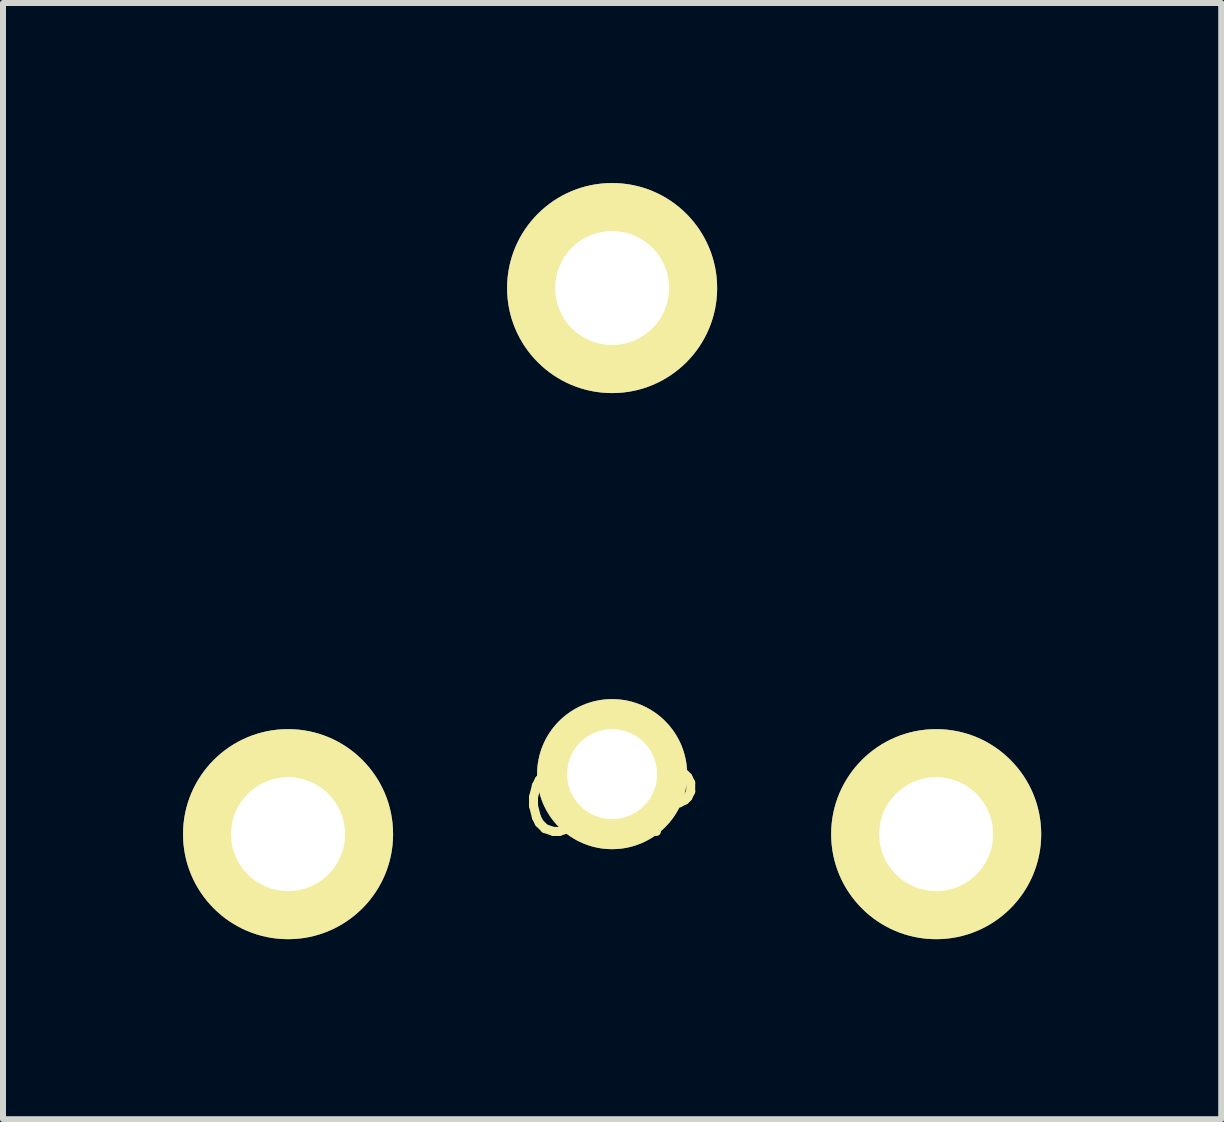
<source format=kicad_pcb>
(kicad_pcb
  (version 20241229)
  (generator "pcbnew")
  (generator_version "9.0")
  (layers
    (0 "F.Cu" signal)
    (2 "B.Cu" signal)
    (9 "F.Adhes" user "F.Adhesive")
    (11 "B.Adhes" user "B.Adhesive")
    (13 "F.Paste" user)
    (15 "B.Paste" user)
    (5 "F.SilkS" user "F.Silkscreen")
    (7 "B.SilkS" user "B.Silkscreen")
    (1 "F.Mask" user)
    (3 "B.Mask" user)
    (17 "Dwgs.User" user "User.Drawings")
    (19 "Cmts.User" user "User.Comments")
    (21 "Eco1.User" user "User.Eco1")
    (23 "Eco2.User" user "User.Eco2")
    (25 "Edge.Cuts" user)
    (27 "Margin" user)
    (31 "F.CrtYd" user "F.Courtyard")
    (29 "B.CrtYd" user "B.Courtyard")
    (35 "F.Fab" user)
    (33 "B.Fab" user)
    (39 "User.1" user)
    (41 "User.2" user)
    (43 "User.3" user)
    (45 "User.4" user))
  (footprint "CBP"
    (layer "F.Cu")
    (at 7.15 9.85)
    (property "Reference" "CBP" (at 0 0.5 0) (layer "F.SilkS") (effects (font (size 1 1) (thickness 0.15))))
    (attr through_hole)
    (pad "1" thru_hole circle (at 0 0) (size 2.5 2.5) (drill 1.5) (layers "*.Cu" "*.Mask" "F.SilkS"))
    (pad "2" thru_hole circle (at 5.4 1) (size 3.5 3.5) (drill 1.9) (layers "*.Cu" "*.Mask" "F.SilkS"))
    (pad "3" thru_hole circle (at -5.4 1) (size 3.5 3.5) (drill 1.9) (layers "*.Cu" "*.Mask" "F.SilkS"))
    (pad "4" thru_hole circle (at 0 -8.1) (size 3.5 3.5) (drill 1.9) (layers "*.Cu" "*.Mask" "F.SilkS")))
  (gr_rect
    (start -3 -3)
    (end 17.3 15.6)
    (stroke (width 0.1) (type default))
    (fill no)
    (layer "Edge.Cuts")))
</source>
